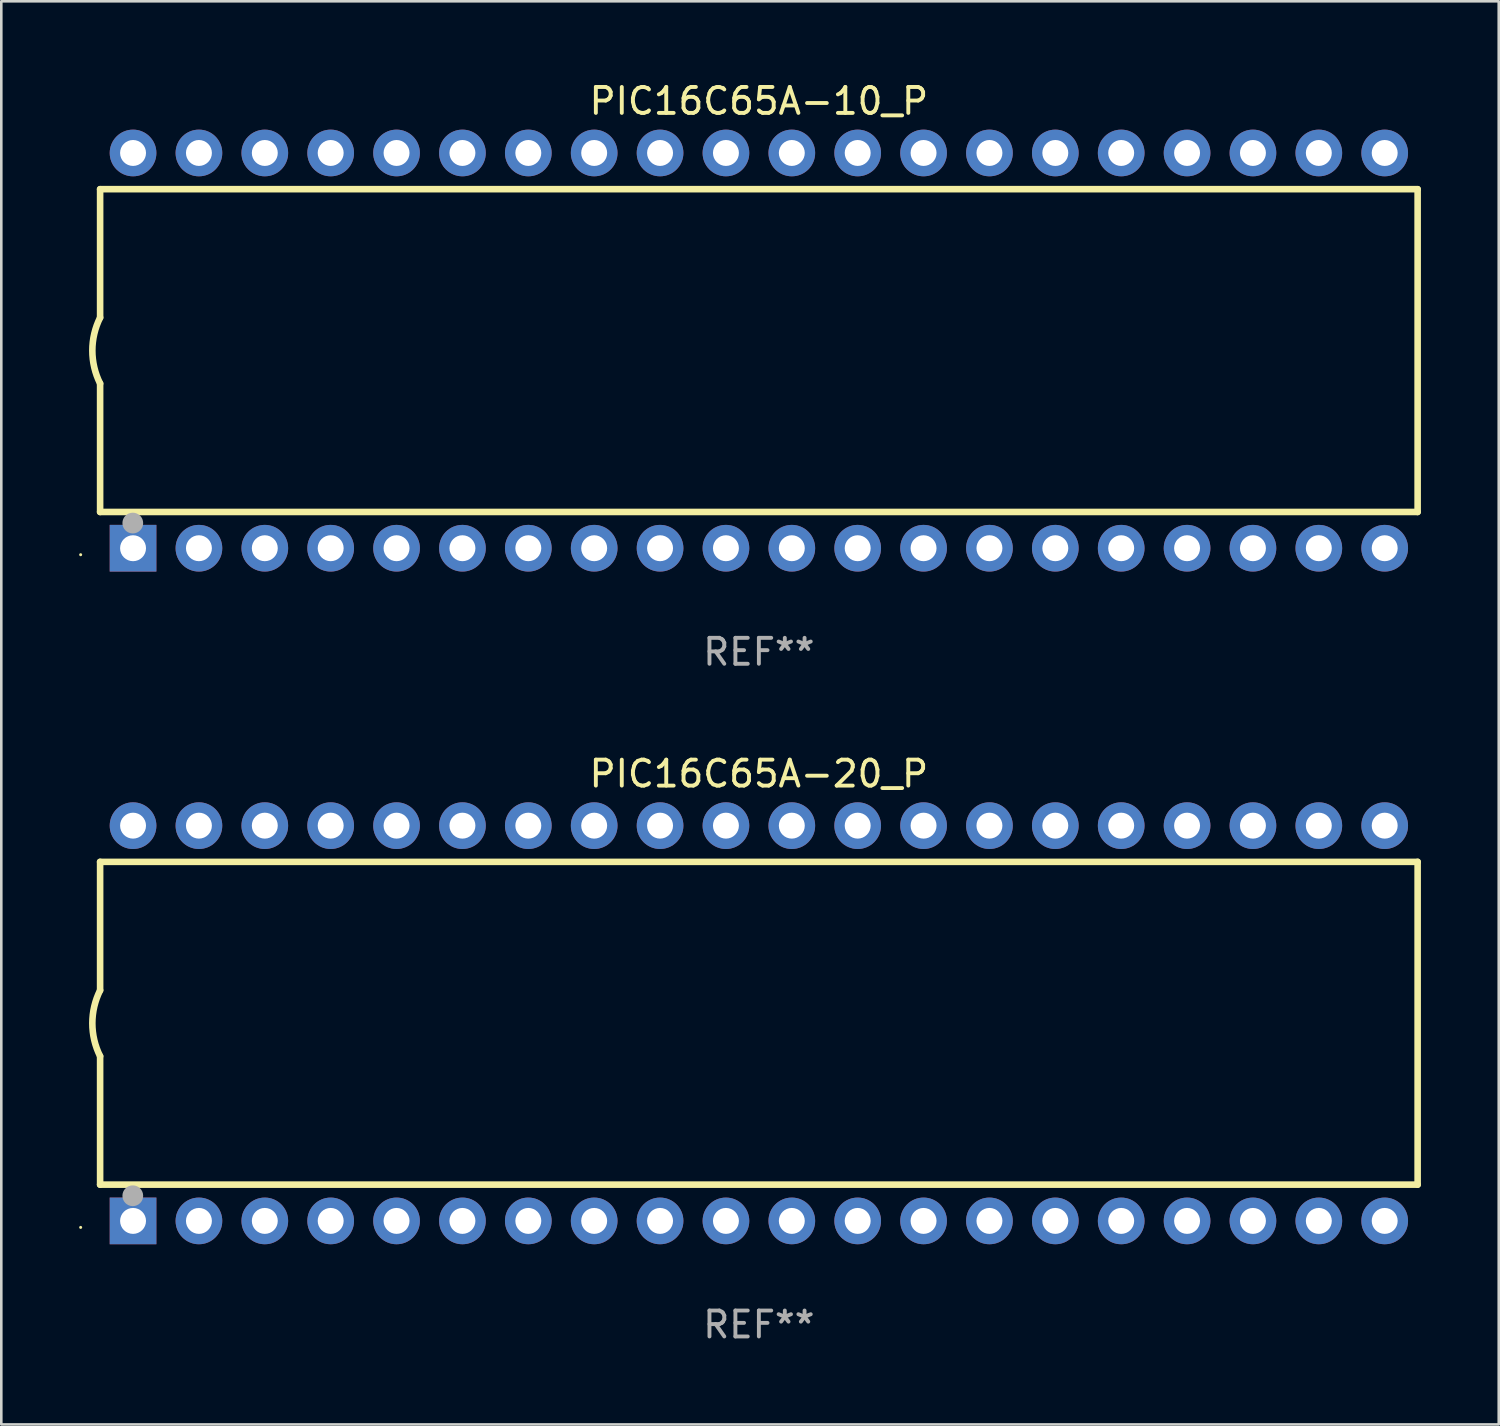
<source format=kicad_pcb>
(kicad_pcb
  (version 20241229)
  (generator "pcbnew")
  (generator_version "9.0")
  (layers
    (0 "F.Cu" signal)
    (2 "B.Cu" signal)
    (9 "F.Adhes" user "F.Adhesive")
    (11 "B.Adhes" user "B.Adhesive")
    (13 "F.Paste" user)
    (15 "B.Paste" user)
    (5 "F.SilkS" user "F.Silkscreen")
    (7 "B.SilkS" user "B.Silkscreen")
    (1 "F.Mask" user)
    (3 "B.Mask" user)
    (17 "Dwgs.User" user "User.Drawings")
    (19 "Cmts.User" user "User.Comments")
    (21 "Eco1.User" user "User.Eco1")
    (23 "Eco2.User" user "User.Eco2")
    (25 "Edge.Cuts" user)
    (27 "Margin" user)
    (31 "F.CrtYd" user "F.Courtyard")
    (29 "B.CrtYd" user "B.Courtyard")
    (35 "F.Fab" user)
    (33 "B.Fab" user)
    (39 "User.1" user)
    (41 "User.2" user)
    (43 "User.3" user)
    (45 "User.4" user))
  (footprint "PIC16C65A-20_P"
    (layer "F.Cu")
    (at 26.21 36.405)
    (property "Reference" "PIC16C65A-20_P" (at 0 -9.62 0) (layer "F.SilkS") (effects (font (size 1 1) (thickness 0.15))))
    (attr through_hole)
    (fp_line (start -25.4 -6.224) (end -25.4 -1.271) (stroke (width 0.254) (type solid)) (layer "F.SilkS"))
    (fp_line (start -25.4 -6.224) (end 25.4 -6.224) (stroke (width 0.254) (type solid)) (layer "F.SilkS"))
    (fp_line (start -25.4 1.269) (end -25.4 6.222) (stroke (width 0.254) (type solid)) (layer "F.SilkS"))
    (fp_line (start -25.4 6.222) (end 25.4 6.222) (stroke (width 0.254) (type solid)) (layer "F.SilkS"))
    (fp_line (start 25.4 6.222) (end 25.4 -6.224) (stroke (width 0.254) (type solid)) (layer "F.SilkS"))
    (fp_arc (start -25.4 1.269241) (mid -25.699807 -0.000762) (end -25.4 -1.270765) (stroke (width 0.254001) (type solid)) (layer "F.SilkS"))
    (fp_circle (center -26.15 7.87) (end -26.12 7.87) (stroke (width 0.06) (type solid)) (fill no) (layer "F.SilkS"))
    (fp_circle (center -24.14 6.65) (end -23.94 6.65) (stroke (width 0.4) (type solid)) (fill no) (layer "F.Fab"))
    (fp_text user "REF**" (at 0 11.62 0) (layer "F.Fab") (effects (font (size 1 1) (thickness 0.15))))
    (pad "1" thru_hole rect (at -24.13 7.62 90) (size 1.8 1.8) (drill 1) (layers "*.Cu" "*.Mask"))
    (pad "2" thru_hole circle (at -21.59 7.62) (size 1.8 1.8) (drill 1) (layers "*.Cu" "*.Mask"))
    (pad "3" thru_hole circle (at -19.05 7.62) (size 1.8 1.8) (drill 1) (layers "*.Cu" "*.Mask"))
    (pad "4" thru_hole circle (at -16.51 7.62) (size 1.8 1.8) (drill 1) (layers "*.Cu" "*.Mask"))
    (pad "5" thru_hole circle (at -13.97 7.62) (size 1.8 1.8) (drill 1) (layers "*.Cu" "*.Mask"))
    (pad "6" thru_hole circle (at -11.43 7.62) (size 1.8 1.8) (drill 1) (layers "*.Cu" "*.Mask"))
    (pad "7" thru_hole circle (at -8.89 7.62) (size 1.8 1.8) (drill 1) (layers "*.Cu" "*.Mask"))
    (pad "8" thru_hole circle (at -6.35 7.62) (size 1.8 1.8) (drill 1) (layers "*.Cu" "*.Mask"))
    (pad "9" thru_hole circle (at -3.81 7.62) (size 1.8 1.8) (drill 1) (layers "*.Cu" "*.Mask"))
    (pad "10" thru_hole circle (at -1.27 7.62) (size 1.8 1.8) (drill 1) (layers "*.Cu" "*.Mask"))
    (pad "11" thru_hole circle (at 1.27 7.62) (size 1.8 1.8) (drill 1) (layers "*.Cu" "*.Mask"))
    (pad "12" thru_hole circle (at 3.81 7.62) (size 1.8 1.8) (drill 1) (layers "*.Cu" "*.Mask"))
    (pad "13" thru_hole circle (at 6.35 7.62) (size 1.8 1.8) (drill 1) (layers "*.Cu" "*.Mask"))
    (pad "14" thru_hole circle (at 8.89 7.62) (size 1.8 1.8) (drill 1) (layers "*.Cu" "*.Mask"))
    (pad "15" thru_hole circle (at 11.43 7.62) (size 1.8 1.8) (drill 1) (layers "*.Cu" "*.Mask"))
    (pad "16" thru_hole circle (at 13.97 7.62) (size 1.8 1.8) (drill 1) (layers "*.Cu" "*.Mask"))
    (pad "17" thru_hole circle (at 16.51 7.62) (size 1.8 1.8) (drill 1) (layers "*.Cu" "*.Mask"))
    (pad "18" thru_hole circle (at 19.05 7.62) (size 1.8 1.8) (drill 1) (layers "*.Cu" "*.Mask"))
    (pad "19" thru_hole circle (at 21.59 7.62) (size 1.8 1.8) (drill 1) (layers "*.Cu" "*.Mask"))
    (pad "20" thru_hole circle (at 24.13 7.62) (size 1.8 1.8) (drill 1) (layers "*.Cu" "*.Mask"))
    (pad "21" thru_hole circle (at 24.13 -7.62) (size 1.8 1.8) (drill 1) (layers "*.Cu" "*.Mask"))
    (pad "22" thru_hole circle (at 21.59 -7.62) (size 1.8 1.8) (drill 1) (layers "*.Cu" "*.Mask"))
    (pad "23" thru_hole circle (at 19.05 -7.62) (size 1.8 1.8) (drill 1) (layers "*.Cu" "*.Mask"))
    (pad "24" thru_hole circle (at 16.51 -7.62) (size 1.8 1.8) (drill 1) (layers "*.Cu" "*.Mask"))
    (pad "25" thru_hole circle (at 13.97 -7.62) (size 1.8 1.8) (drill 1) (layers "*.Cu" "*.Mask"))
    (pad "26" thru_hole circle (at 11.43 -7.62) (size 1.8 1.8) (drill 1) (layers "*.Cu" "*.Mask"))
    (pad "27" thru_hole circle (at 8.89 -7.62) (size 1.8 1.8) (drill 1) (layers "*.Cu" "*.Mask"))
    (pad "28" thru_hole circle (at 6.35 -7.62) (size 1.8 1.8) (drill 1) (layers "*.Cu" "*.Mask"))
    (pad "29" thru_hole circle (at 3.81 -7.62) (size 1.8 1.8) (drill 1) (layers "*.Cu" "*.Mask"))
    (pad "30" thru_hole circle (at 1.27 -7.62) (size 1.8 1.8) (drill 1) (layers "*.Cu" "*.Mask"))
    (pad "31" thru_hole circle (at -1.27 -7.62) (size 1.8 1.8) (drill 1) (layers "*.Cu" "*.Mask"))
    (pad "32" thru_hole circle (at -3.81 -7.62) (size 1.8 1.8) (drill 1) (layers "*.Cu" "*.Mask"))
    (pad "33" thru_hole circle (at -6.35 -7.62) (size 1.8 1.8) (drill 1) (layers "*.Cu" "*.Mask"))
    (pad "34" thru_hole circle (at -8.89 -7.62) (size 1.8 1.8) (drill 1) (layers "*.Cu" "*.Mask"))
    (pad "35" thru_hole circle (at -11.43 -7.62) (size 1.8 1.8) (drill 1) (layers "*.Cu" "*.Mask"))
    (pad "36" thru_hole circle (at -13.97 -7.62) (size 1.8 1.8) (drill 1) (layers "*.Cu" "*.Mask"))
    (pad "37" thru_hole circle (at -16.51 -7.62) (size 1.8 1.8) (drill 1) (layers "*.Cu" "*.Mask"))
    (pad "38" thru_hole circle (at -19.05 -7.62) (size 1.8 1.8) (drill 1) (layers "*.Cu" "*.Mask"))
    (pad "39" thru_hole circle (at -21.59 -7.62) (size 1.8 1.8) (drill 1) (layers "*.Cu" "*.Mask"))
    (pad "40" thru_hole circle (at -24.13 -7.62) (size 1.8 1.8) (drill 1) (layers "*.Cu" "*.Mask")))
  (footprint "PIC16C65A-10_P"
    (layer "F.Cu")
    (at 26.21 10.468)
    (property "Reference" "PIC16C65A-10_P" (at 0 -9.62 0) (layer "F.SilkS") (effects (font (size 1 1) (thickness 0.15))))
    (attr through_hole)
    (fp_line (start -25.4 -6.224) (end -25.4 -1.271) (stroke (width 0.254) (type solid)) (layer "F.SilkS"))
    (fp_line (start -25.4 -6.224) (end 25.4 -6.224) (stroke (width 0.254) (type solid)) (layer "F.SilkS"))
    (fp_line (start -25.4 1.269) (end -25.4 6.222) (stroke (width 0.254) (type solid)) (layer "F.SilkS"))
    (fp_line (start -25.4 6.222) (end 25.4 6.222) (stroke (width 0.254) (type solid)) (layer "F.SilkS"))
    (fp_line (start 25.4 6.222) (end 25.4 -6.224) (stroke (width 0.254) (type solid)) (layer "F.SilkS"))
    (fp_arc (start -25.4 1.269241) (mid -25.699807 -0.000762) (end -25.4 -1.270765) (stroke (width 0.254001) (type solid)) (layer "F.SilkS"))
    (fp_circle (center -26.15 7.87) (end -26.12 7.87) (stroke (width 0.06) (type solid)) (fill no) (layer "F.SilkS"))
    (fp_circle (center -24.14 6.65) (end -23.94 6.65) (stroke (width 0.4) (type solid)) (fill no) (layer "F.Fab"))
    (fp_text user "REF**" (at 0 11.62 0) (layer "F.Fab") (effects (font (size 1 1) (thickness 0.15))))
    (pad "1" thru_hole rect (at -24.13 7.62 90) (size 1.8 1.8) (drill 1) (layers "*.Cu" "*.Mask"))
    (pad "2" thru_hole circle (at -21.59 7.62) (size 1.8 1.8) (drill 1) (layers "*.Cu" "*.Mask"))
    (pad "3" thru_hole circle (at -19.05 7.62) (size 1.8 1.8) (drill 1) (layers "*.Cu" "*.Mask"))
    (pad "4" thru_hole circle (at -16.51 7.62) (size 1.8 1.8) (drill 1) (layers "*.Cu" "*.Mask"))
    (pad "5" thru_hole circle (at -13.97 7.62) (size 1.8 1.8) (drill 1) (layers "*.Cu" "*.Mask"))
    (pad "6" thru_hole circle (at -11.43 7.62) (size 1.8 1.8) (drill 1) (layers "*.Cu" "*.Mask"))
    (pad "7" thru_hole circle (at -8.89 7.62) (size 1.8 1.8) (drill 1) (layers "*.Cu" "*.Mask"))
    (pad "8" thru_hole circle (at -6.35 7.62) (size 1.8 1.8) (drill 1) (layers "*.Cu" "*.Mask"))
    (pad "9" thru_hole circle (at -3.81 7.62) (size 1.8 1.8) (drill 1) (layers "*.Cu" "*.Mask"))
    (pad "10" thru_hole circle (at -1.27 7.62) (size 1.8 1.8) (drill 1) (layers "*.Cu" "*.Mask"))
    (pad "11" thru_hole circle (at 1.27 7.62) (size 1.8 1.8) (drill 1) (layers "*.Cu" "*.Mask"))
    (pad "12" thru_hole circle (at 3.81 7.62) (size 1.8 1.8) (drill 1) (layers "*.Cu" "*.Mask"))
    (pad "13" thru_hole circle (at 6.35 7.62) (size 1.8 1.8) (drill 1) (layers "*.Cu" "*.Mask"))
    (pad "14" thru_hole circle (at 8.89 7.62) (size 1.8 1.8) (drill 1) (layers "*.Cu" "*.Mask"))
    (pad "15" thru_hole circle (at 11.43 7.62) (size 1.8 1.8) (drill 1) (layers "*.Cu" "*.Mask"))
    (pad "16" thru_hole circle (at 13.97 7.62) (size 1.8 1.8) (drill 1) (layers "*.Cu" "*.Mask"))
    (pad "17" thru_hole circle (at 16.51 7.62) (size 1.8 1.8) (drill 1) (layers "*.Cu" "*.Mask"))
    (pad "18" thru_hole circle (at 19.05 7.62) (size 1.8 1.8) (drill 1) (layers "*.Cu" "*.Mask"))
    (pad "19" thru_hole circle (at 21.59 7.62) (size 1.8 1.8) (drill 1) (layers "*.Cu" "*.Mask"))
    (pad "20" thru_hole circle (at 24.13 7.62) (size 1.8 1.8) (drill 1) (layers "*.Cu" "*.Mask"))
    (pad "21" thru_hole circle (at 24.13 -7.62) (size 1.8 1.8) (drill 1) (layers "*.Cu" "*.Mask"))
    (pad "22" thru_hole circle (at 21.59 -7.62) (size 1.8 1.8) (drill 1) (layers "*.Cu" "*.Mask"))
    (pad "23" thru_hole circle (at 19.05 -7.62) (size 1.8 1.8) (drill 1) (layers "*.Cu" "*.Mask"))
    (pad "24" thru_hole circle (at 16.51 -7.62) (size 1.8 1.8) (drill 1) (layers "*.Cu" "*.Mask"))
    (pad "25" thru_hole circle (at 13.97 -7.62) (size 1.8 1.8) (drill 1) (layers "*.Cu" "*.Mask"))
    (pad "26" thru_hole circle (at 11.43 -7.62) (size 1.8 1.8) (drill 1) (layers "*.Cu" "*.Mask"))
    (pad "27" thru_hole circle (at 8.89 -7.62) (size 1.8 1.8) (drill 1) (layers "*.Cu" "*.Mask"))
    (pad "28" thru_hole circle (at 6.35 -7.62) (size 1.8 1.8) (drill 1) (layers "*.Cu" "*.Mask"))
    (pad "29" thru_hole circle (at 3.81 -7.62) (size 1.8 1.8) (drill 1) (layers "*.Cu" "*.Mask"))
    (pad "30" thru_hole circle (at 1.27 -7.62) (size 1.8 1.8) (drill 1) (layers "*.Cu" "*.Mask"))
    (pad "31" thru_hole circle (at -1.27 -7.62) (size 1.8 1.8) (drill 1) (layers "*.Cu" "*.Mask"))
    (pad "32" thru_hole circle (at -3.81 -7.62) (size 1.8 1.8) (drill 1) (layers "*.Cu" "*.Mask"))
    (pad "33" thru_hole circle (at -6.35 -7.62) (size 1.8 1.8) (drill 1) (layers "*.Cu" "*.Mask"))
    (pad "34" thru_hole circle (at -8.89 -7.62) (size 1.8 1.8) (drill 1) (layers "*.Cu" "*.Mask"))
    (pad "35" thru_hole circle (at -11.43 -7.62) (size 1.8 1.8) (drill 1) (layers "*.Cu" "*.Mask"))
    (pad "36" thru_hole circle (at -13.97 -7.62) (size 1.8 1.8) (drill 1) (layers "*.Cu" "*.Mask"))
    (pad "37" thru_hole circle (at -16.51 -7.62) (size 1.8 1.8) (drill 1) (layers "*.Cu" "*.Mask"))
    (pad "38" thru_hole circle (at -19.05 -7.62) (size 1.8 1.8) (drill 1) (layers "*.Cu" "*.Mask"))
    (pad "39" thru_hole circle (at -21.59 -7.62) (size 1.8 1.8) (drill 1) (layers "*.Cu" "*.Mask"))
    (pad "40" thru_hole circle (at -24.13 -7.62) (size 1.8 1.8) (drill 1) (layers "*.Cu" "*.Mask")))
  (gr_rect
    (start -3 -3)
    (end 54.737 51.873)
    (stroke (width 0.1) (type default))
    (fill no)
    (layer "Edge.Cuts")))
</source>
